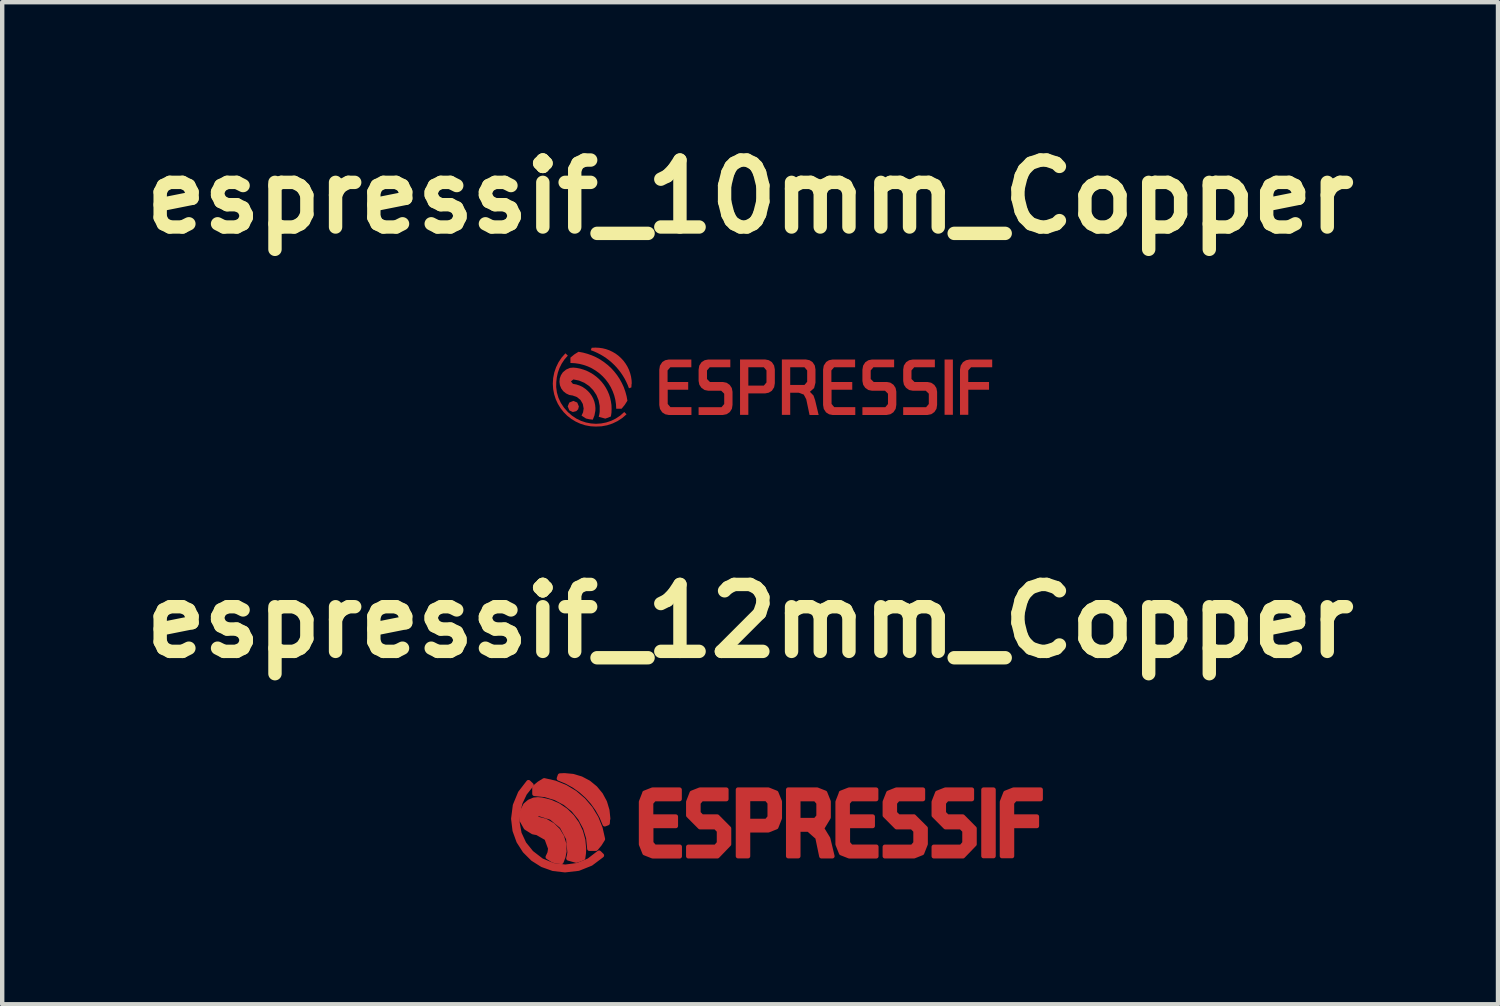
<source format=kicad_pcb>
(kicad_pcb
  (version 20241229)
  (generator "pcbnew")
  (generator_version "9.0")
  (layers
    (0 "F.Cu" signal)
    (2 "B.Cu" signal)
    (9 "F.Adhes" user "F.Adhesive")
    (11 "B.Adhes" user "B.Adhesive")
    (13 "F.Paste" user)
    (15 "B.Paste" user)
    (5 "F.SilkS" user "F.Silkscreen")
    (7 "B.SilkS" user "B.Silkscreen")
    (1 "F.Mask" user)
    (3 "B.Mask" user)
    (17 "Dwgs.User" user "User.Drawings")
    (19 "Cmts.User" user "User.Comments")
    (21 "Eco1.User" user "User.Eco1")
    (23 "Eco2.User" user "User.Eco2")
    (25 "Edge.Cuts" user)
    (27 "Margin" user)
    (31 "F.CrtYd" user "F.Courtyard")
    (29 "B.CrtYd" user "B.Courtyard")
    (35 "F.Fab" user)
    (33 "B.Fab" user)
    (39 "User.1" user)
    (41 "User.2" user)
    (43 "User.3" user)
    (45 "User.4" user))
  (footprint "espressif_12mm_Copper"
    (layer "F.Cu")
    (at 14.021 16.052)
    (property "Reference" "espressif_12mm_Copper" (at 0 -4.967 0) (layer "F.SilkS") (effects (font (size 1.524 1.524) (thickness 0.305))))
    (attr exclude_from_pos_files exclude_from_bom)
    (fp_poly (pts (xy -4.676 0.152) (xy -4.828 -0.000254) (xy -4.676 0.152)) (stroke (width 0.103) (type solid)) (fill yes) (layer "F.Cu"))
    (fp_poly (pts (xy 5.312 -1.13) (xy 5.539 -1.13) (xy 5.539 0.38) (xy 5.312 0.38) (xy 5.312 -1.13)) (stroke (width 0.103) (type solid)) (fill yes) (layer "F.Cu"))
    (fp_poly (pts (xy 6.037 -0.917) (xy 6.612 -0.917) (xy 6.612 -1.13) (xy 5.996 -1.13) (xy 5.813 -1.058) (xy 5.733 -0.853) (xy 5.733 0.38) (xy 5.96 0.38) (xy 5.96 -0.305) (xy 6.526 -0.305) (xy 6.526 -0.517) (xy 5.959 -0.517) (xy 5.959 -0.831) (xy 5.959 -0.831) (xy 6.033 -0.917) (xy 6.037 -0.917)) (stroke (width 0.103) (type solid)) (fill yes) (layer "F.Cu"))
    (fp_poly (pts (xy -2.401 -1.058) (xy -2.481 -0.853) (xy -2.481 0.113) (xy -2.401 0.313) (xy -2.218 0.385) (xy -1.602 0.385) (xy -1.602 0.169) (xy -2.177 0.169) (xy -2.251 0.083) (xy -2.251 -0.305) (xy -1.691 -0.305) (xy -1.691 -0.517) (xy -2.254 -0.517) (xy -2.254 -0.831) (xy -2.18 -0.917) (xy -1.605 -0.917) (xy -1.605 -1.13) (xy -2.221 -1.13) (xy -2.404 -1.058) (xy -2.401 -1.058)) (stroke (width 0.103) (type solid)) (fill yes) (layer "F.Cu"))
    (fp_poly (pts (xy 0.413 -1.131) (xy 0.375 -0.92) (xy 0.447 -0.833) (xy 0.447 -0.504) (xy 0.375 -0.417) (xy 0.375 -0.417) (xy -0.048 -0.417) (xy -0.048 -0.92) (xy 0.375 -0.92) (xy 0.375 -0.92) (xy 0.413 -1.131) (xy -0.275 -1.131) (xy -0.275 0.382) (xy -0.048 0.382) (xy -0.048 -0.206) (xy 0.413 -0.206) (xy 0.594 -0.278) (xy 0.675 -0.483) (xy 0.675 -0.859) (xy 0.594 -1.059) (xy 0.413 -1.131)) (stroke (width 0.103) (type solid)) (fill yes) (layer "F.Cu"))
    (fp_poly (pts (xy 2.073 -1.058) (xy 1.993 -0.853) (xy 1.993 0.113) (xy 2.073 0.313) (xy 2.256 0.385) (xy 2.872 0.385) (xy 2.872 0.169) (xy 2.297 0.169) (xy 2.224 0.083) (xy 2.224 0.083) (xy 2.224 -0.305) (xy 2.79 -0.305) (xy 2.79 -0.517) (xy 2.22 -0.517) (xy 2.22 -0.831) (xy 2.293 -0.917) (xy 2.868 -0.917) (xy 2.868 -1.13) (xy 2.252 -1.13) (xy 2.069 -1.058) (xy 2.073 -1.058)) (stroke (width 0.103) (type solid)) (fill yes) (layer "F.Cu"))
    (fp_poly (pts (xy -3.231 -0.468) (xy -3.251 -0.661) (xy -3.307 -0.847) (xy -3.399 -1.018) (xy -3.523 -1.168) (xy -3.673 -1.291) (xy -3.845 -1.382) (xy -4.031 -1.438) (xy -4.225 -1.456) (xy -4.327 -1.451) (xy -4.35 -1.385) (xy -4.174 -1.312) (xy -4.008 -1.22) (xy -3.853 -1.11) (xy -3.711 -0.983) (xy -3.584 -0.841) (xy -3.474 -0.686) (xy -3.381 -0.52) (xy -3.308 -0.344) (xy -3.243 -0.368) (xy -3.237 -0.471) (xy -3.231 -0.468)) (stroke (width 0.103) (type solid)) (fill yes) (layer "F.Cu"))
    (fp_poly (pts (xy -3.351 -0.006) (xy -3.407 -0.253) (xy -3.501 -0.487) (xy -3.632 -0.704) (xy -3.796 -0.896) (xy -3.988 -1.06) (xy -4.205 -1.191) (xy -4.439 -1.286) (xy -4.686 -1.342) (xy -4.802 -1.27) (xy -4.907 -1.182) (xy -4.907 -1.036) (xy -4.663 -1.011) (xy -4.429 -0.94) (xy -4.213 -0.825) (xy -4.023 -0.67) (xy -3.868 -0.48) (xy -3.752 -0.264) (xy -3.681 -0.03) (xy -3.657 0.213) (xy -3.51 0.213) (xy -3.423 0.109) (xy -3.351 -0.006)) (stroke (width 0.103) (type solid)) (fill yes) (layer "F.Cu"))
    (fp_poly (pts (xy -0.746 -0.517) (xy -1.098 -0.517) (xy -1.177 -0.598) (xy -1.177 -0.831) (xy -1.104 -0.917) (xy -0.541 -0.917) (xy -0.541 -1.13) (xy -1.143 -1.13) (xy -1.326 -1.058) (xy -1.406 -0.853) (xy -1.406 -0.544) (xy -1.141 -0.278) (xy -0.788 -0.278) (xy -0.707 -0.196) (xy -0.707 0.085) (xy -0.781 0.171) (xy -1.406 0.171) (xy -1.406 0.384) (xy -0.743 0.384) (xy -0.48 0.111) (xy -0.48 0.111) (xy -0.48 -0.249) (xy -0.746 -0.517)) (stroke (width 0.103) (type solid)) (fill yes) (layer "F.Cu"))
    (fp_poly (pts (xy 4.841 -0.517) (xy 4.489 -0.517) (xy 4.408 -0.598) (xy 4.408 -0.831) (xy 4.481 -0.917) (xy 5.047 -0.917) (xy 5.047 -1.13) (xy 4.444 -1.13) (xy 4.444 -1.13) (xy 4.261 -1.058) (xy 4.181 -0.853) (xy 4.181 -0.544) (xy 4.446 -0.278) (xy 4.799 -0.278) (xy 4.88 -0.196) (xy 4.88 0.085) (xy 4.806 0.171) (xy 4.181 0.171) (xy 4.181 0.384) (xy 4.844 0.384) (xy 5.107 0.111) (xy 5.107 0.111) (xy 5.107 -0.249) (xy 4.841 -0.517)) (stroke (width 0.103) (type solid)) (fill yes) (layer "F.Cu"))
    (fp_poly (pts (xy 1.636 -0.251) (xy 1.486 -0.437) (xy 1.096 -0.437) (xy 1.096 -0.917) (xy 1.486 -0.917) (xy 1.559 -0.831) (xy 1.559 -0.523) (xy 1.486 -0.437) (xy 1.636 -0.251) (xy 1.786 -0.498) (xy 1.786 -0.859) (xy 1.706 -1.059) (xy 1.523 -1.131) (xy 0.868 -1.131) (xy 0.868 0.382) (xy 1.096 0.382) (xy 1.096 -0.223) (xy 1.329 -0.223) (xy 1.329 -0.223) (xy 1.534 -0.044) (xy 1.623 0.384) (xy 1.872 0.384) (xy 1.775 -0.018) (xy 1.636 -0.246) (xy 1.636 -0.251)) (stroke (width 0.103) (type solid)) (fill yes) (layer "F.Cu"))
    (fp_poly (pts (xy 3.728 -0.517) (xy 3.376 -0.517) (xy 3.294 -0.598) (xy 3.294 -0.831) (xy 3.367 -0.917) (xy 3.933 -0.917) (xy 3.933 -1.13) (xy 3.329 -1.13) (xy 3.148 -1.058) (xy 3.067 -0.853) (xy 3.067 -0.544) (xy 3.332 -0.278) (xy 3.685 -0.278) (xy 3.766 -0.196) (xy 3.766 0.085) (xy 3.693 0.171) (xy 3.067 0.171) (xy 3.067 0.384) (xy 3.731 0.384) (xy 3.913 0.311) (xy 3.994 0.106) (xy 3.994 0.106) (xy 3.994 -0.254) (xy 3.994 -0.254) (xy 3.728 -0.519) (xy 3.728 -0.517)) (stroke (width 0.103) (type solid)) (fill yes) (layer "F.Cu"))
    (fp_poly (pts (xy -4.213 0.701) (xy -4.482 0.67) (xy -4.729 0.582) (xy -4.946 0.445) (xy -5.128 0.263) (xy -5.267 0.046) (xy -5.356 -0.2) (xy -5.388 -0.469) (xy -5.349 -0.774) (xy -5.232 -1.056) (xy -5.044 -1.3) (xy -4.977 -1.237) (xy -5.128 -1.047) (xy -5.229 -0.835) (xy -5.284 -0.61) (xy -5.295 -0.38) (xy -5.251 -0.134) (xy -5.143 0.098) (xy -4.977 0.304) (xy -4.746 0.482) (xy -4.484 0.589) (xy -4.208 0.625) (xy -3.931 0.589) (xy -3.669 0.482) (xy -3.437 0.304) (xy -3.374 0.366) (xy -3.621 0.552) (xy -3.906 0.666) (xy -4.213 0.701)) (stroke (width 0.103) (type solid)) (fill yes) (layer "F.Cu"))
    (fp_poly (pts (xy -4.227 0.281) (xy -4.233 0.109) (xy -4.282 -0.057) (xy -4.371 -0.205) (xy -4.495 -0.326) (xy -4.657 -0.42) (xy -4.839 -0.466) (xy -4.893 -0.531) (xy -4.826 -0.587) (xy -4.527 -0.494) (xy -4.285 -0.294) (xy -4.138 -0.018) (xy -4.107 0.295) (xy -4.117 0.365) (xy -4.134 0.433) (xy -3.955 0.484) (xy -3.877 0.457) (xy -3.801 0.425) (xy -3.787 0.32) (xy -3.782 0.214) (xy -3.8 0.015) (xy -3.853 -0.177) (xy -3.938 -0.358) (xy -4.055 -0.521) (xy -4.198 -0.66) (xy -4.363 -0.772) (xy -4.546 -0.853) (xy -4.74 -0.901) (xy -4.83 -0.909) (xy -4.92 -0.901) (xy -5.026 -0.855) (xy -5.114 -0.781) (xy -5.198 -0.614) (xy -5.193 -0.427) (xy -5.101 -0.264) (xy -4.942 -0.165) (xy -4.894 -0.155) (xy -4.846 -0.147) (xy -4.631 -0.024) (xy -4.546 0.208) (xy -4.561 0.309) (xy -4.604 0.402) (xy -4.48 0.481) (xy -4.389 0.502) (xy -4.295 0.512) (xy -4.251 0.397) (xy -4.228 0.276) (xy -4.227 0.281)) (stroke (width 0.103) (type solid)) (fill yes) (layer "F.Cu")))
  (footprint "espressif_10mm_Copper"
    (layer "F.Cu")
    (at 14.021 6.074)
    (property "Reference" "espressif_10mm_Copper" (at 0 -4.647 0) (layer "F.SilkS") (effects (font (size 1.524 1.524) (thickness 0.305))))
    (attr exclude_from_pos_files exclude_from_bom)
    (fp_poly (pts (xy 4.426 -0.942) (xy 4.615 -0.942) (xy 4.615 0.316) (xy 4.426 0.316) (xy 4.426 -0.942)) (stroke (width 0) (type solid)) (fill yes) (layer "F.Cu"))
    (fp_poly (pts (xy -3.897 0.126) (xy -3.913 0.19) (xy -3.955 0.233) (xy -4.034 0.253) (xy -4.113 0.216) (xy -4.151 0.125) (xy -4.115 0.038) (xy -4.024 -0.000212) (xy -3.934 0.037) (xy -3.897 0.126)) (stroke (width 0) (type solid)) (fill yes) (layer "F.Cu"))
    (fp_poly (pts (xy 5.031 -0.765) (xy 5.51 -0.765) (xy 5.51 -0.942) (xy 4.996 -0.942) (xy 4.915 -0.926) (xy 4.844 -0.882) (xy 4.793 -0.803) (xy 4.777 -0.711) (xy 4.777 0.316) (xy 4.966 0.316) (xy 4.966 -0.254) (xy 5.438 -0.254) (xy 5.438 -0.431) (xy 4.965 -0.431) (xy 4.965 -0.693) (xy 5.027 -0.765) (xy 5.031 -0.765)) (stroke (width 0) (type solid)) (fill yes) (layer "F.Cu"))
    (fp_poly (pts (xy 0.344 -0.943) (xy 0.312 -0.766) (xy 0.373 -0.694) (xy 0.373 -0.42) (xy 0.312 -0.348) (xy -0.04 -0.348) (xy -0.04 -0.766) (xy 0.312 -0.766) (xy 0.344 -0.943) (xy -0.229 -0.943) (xy -0.229 0.318) (xy -0.04 0.318) (xy -0.04 -0.171) (xy 0.344 -0.171) (xy 0.425 -0.187) (xy 0.495 -0.231) (xy 0.547 -0.31) (xy 0.563 -0.402) (xy 0.563 -0.716) (xy 0.546 -0.806) (xy 0.495 -0.883) (xy 0.425 -0.927) (xy 0.344 -0.943)) (stroke (width 0) (type solid)) (fill yes) (layer "F.Cu"))
    (fp_poly (pts (xy -2 -0.882) (xy -2.052 -0.803) (xy -2.067 -0.711) (xy -2.067 0.094) (xy -2.051 0.184) (xy -2 0.261) (xy -1.93 0.305) (xy -1.848 0.321) (xy -1.335 0.321) (xy -1.335 0.141) (xy -1.814 0.141) (xy -1.875 0.069) (xy -1.875 -0.254) (xy -1.409 -0.254) (xy -1.409 -0.431) (xy -1.878 -0.431) (xy -1.878 -0.693) (xy -1.816 -0.765) (xy -1.337 -0.765) (xy -1.337 -0.942) (xy -1.851 -0.942) (xy -1.932 -0.926) (xy -2.003 -0.882) (xy -2 -0.882)) (stroke (width 0) (type solid)) (fill yes) (layer "F.Cu"))
    (fp_poly (pts (xy 1.728 -0.882) (xy 1.676 -0.803) (xy 1.661 -0.711) (xy 1.661 0.094) (xy 1.677 0.184) (xy 1.728 0.261) (xy 1.798 0.305) (xy 1.88 0.321) (xy 2.394 0.321) (xy 2.394 0.141) (xy 1.914 0.141) (xy 1.854 0.069) (xy 1.854 -0.254) (xy 2.325 -0.254) (xy 2.325 -0.431) (xy 1.85 -0.431) (xy 1.85 -0.693) (xy 1.911 -0.765) (xy 2.39 -0.765) (xy 2.39 -0.942) (xy 1.877 -0.942) (xy 1.795 -0.926) (xy 1.724 -0.882) (xy 1.728 -0.882)) (stroke (width 0) (type solid)) (fill yes) (layer "F.Cu"))
    (fp_poly (pts (xy 1.363 -0.209) (xy 1.238 -0.364) (xy 0.913 -0.364) (xy 0.913 -0.765) (xy 1.238 -0.765) (xy 1.299 -0.693) (xy 1.299 -0.436) (xy 1.238 -0.364) (xy 1.363 -0.209) (xy 1.457 -0.293) (xy 1.488 -0.415) (xy 1.488 -0.716) (xy 1.472 -0.806) (xy 1.421 -0.883) (xy 1.351 -0.927) (xy 1.269 -0.943) (xy 0.723 -0.943) (xy 0.723 0.318) (xy 0.913 0.318) (xy 0.913 -0.186) (xy 1.107 -0.186) (xy 1.221 -0.144) (xy 1.278 -0.037) (xy 1.353 0.32) (xy 1.56 0.32) (xy 1.48 -0.015) (xy 1.443 -0.123) (xy 1.363 -0.205) (xy 1.363 -0.209)) (stroke (width 0) (type solid)) (fill yes) (layer "F.Cu"))
    (fp_poly (pts (xy -0.622 -0.431) (xy -0.915 -0.431) (xy -0.981 -0.498) (xy -0.981 -0.693) (xy -0.92 -0.765) (xy -0.45 -0.765) (xy -0.45 -0.942) (xy -0.953 -0.942) (xy -1.035 -0.926) (xy -1.105 -0.882) (xy -1.157 -0.803) (xy -1.172 -0.711) (xy -1.172 -0.453) (xy -1.155 -0.368) (xy -1.107 -0.297) (xy -1.036 -0.248) (xy -0.951 -0.231) (xy -0.657 -0.231) (xy -0.589 -0.164) (xy -0.589 0.071) (xy -0.651 0.143) (xy -1.172 0.143) (xy -1.172 0.32) (xy -0.619 0.32) (xy -0.533 0.303) (xy -0.461 0.253) (xy -0.414 0.179) (xy -0.4 0.092) (xy -0.4 -0.207) (xy -0.416 -0.293) (xy -0.464 -0.365) (xy -0.536 -0.414) (xy -0.622 -0.431)) (stroke (width 0) (type solid)) (fill yes) (layer "F.Cu"))
    (fp_poly (pts (xy 4.034 -0.431) (xy 3.741 -0.431) (xy 3.673 -0.498) (xy 3.673 -0.693) (xy 3.734 -0.765) (xy 4.205 -0.765) (xy 4.205 -0.942) (xy 3.703 -0.942) (xy 3.621 -0.926) (xy 3.551 -0.882) (xy 3.499 -0.803) (xy 3.484 -0.711) (xy 3.484 -0.453) (xy 3.501 -0.368) (xy 3.549 -0.297) (xy 3.62 -0.248) (xy 3.705 -0.231) (xy 3.999 -0.231) (xy 4.067 -0.164) (xy 4.067 0.071) (xy 4.005 0.143) (xy 3.484 0.143) (xy 3.484 0.32) (xy 4.037 0.32) (xy 4.123 0.303) (xy 4.195 0.253) (xy 4.242 0.179) (xy 4.256 0.092) (xy 4.256 -0.207) (xy 4.24 -0.293) (xy 4.192 -0.365) (xy 4.12 -0.414) (xy 4.034 -0.431)) (stroke (width 0) (type solid)) (fill yes) (layer "F.Cu"))
    (fp_poly (pts (xy 3.107 -0.431) (xy 2.813 -0.431) (xy 2.745 -0.498) (xy 2.745 -0.693) (xy 2.806 -0.765) (xy 3.278 -0.765) (xy 3.278 -0.942) (xy 2.774 -0.942) (xy 2.693 -0.926) (xy 2.623 -0.882) (xy 2.572 -0.803) (xy 2.556 -0.711) (xy 2.556 -0.453) (xy 2.573 -0.368) (xy 2.621 -0.296) (xy 2.692 -0.248) (xy 2.777 -0.231) (xy 3.071 -0.231) (xy 3.138 -0.164) (xy 3.138 0.071) (xy 3.077 0.143) (xy 3.077 0.143) (xy 2.556 0.143) (xy 2.556 0.32) (xy 3.109 0.32) (xy 3.191 0.304) (xy 3.261 0.259) (xy 3.313 0.181) (xy 3.328 0.088) (xy 3.328 -0.212) (xy 3.311 -0.296) (xy 3.263 -0.368) (xy 3.191 -0.416) (xy 3.107 -0.432) (xy 3.107 -0.431)) (stroke (width 0) (type solid)) (fill yes) (layer "F.Cu"))
    (fp_poly (pts (xy -2.693 -0.39) (xy -2.697 -0.471) (xy -2.709 -0.551) (xy -2.729 -0.629) (xy -2.756 -0.706) (xy -2.791 -0.779) (xy -2.833 -0.848) (xy -2.881 -0.913) (xy -2.936 -0.973) (xy -2.996 -1.028) (xy -3.061 -1.076) (xy -3.131 -1.117) (xy -3.204 -1.152) (xy -3.281 -1.179) (xy -3.359 -1.198) (xy -3.439 -1.209) (xy -3.52 -1.213) (xy -3.606 -1.209) (xy -3.625 -1.154) (xy -3.551 -1.126) (xy -3.478 -1.093) (xy -3.408 -1.057) (xy -3.34 -1.017) (xy -3.274 -0.973) (xy -3.21 -0.925) (xy -3.15 -0.874) (xy -3.092 -0.819) (xy -3.038 -0.762) (xy -2.987 -0.701) (xy -2.939 -0.638) (xy -2.895 -0.572) (xy -2.854 -0.504) (xy -2.818 -0.433) (xy -2.785 -0.361) (xy -2.757 -0.287) (xy -2.702 -0.307) (xy -2.697 -0.392) (xy -2.693 -0.39)) (stroke (width 0) (type solid)) (fill yes) (layer "F.Cu"))
    (fp_poly (pts (xy -2.792 -0.005) (xy -2.811 -0.109) (xy -2.839 -0.211) (xy -2.874 -0.31) (xy -2.918 -0.406) (xy -2.969 -0.498) (xy -3.027 -0.586) (xy -3.092 -0.669) (xy -3.163 -0.747) (xy -3.241 -0.818) (xy -3.324 -0.883) (xy -3.412 -0.942) (xy -3.504 -0.993) (xy -3.6 -1.036) (xy -3.699 -1.071) (xy -3.801 -1.099) (xy -3.905 -1.118) (xy -4.001 -1.058) (xy -4.089 -0.985) (xy -4.089 -0.863) (xy -3.987 -0.858) (xy -3.886 -0.843) (xy -3.787 -0.818) (xy -3.691 -0.784) (xy -3.598 -0.74) (xy -3.511 -0.687) (xy -3.429 -0.627) (xy -3.353 -0.558) (xy -3.284 -0.482) (xy -3.223 -0.4) (xy -3.171 -0.313) (xy -3.127 -0.22) (xy -3.092 -0.124) (xy -3.067 -0.025) (xy -3.052 0.076) (xy -3.047 0.178) (xy -2.925 0.178) (xy -2.853 0.091) (xy -2.792 -0.005)) (stroke (width 0) (type solid)) (fill yes) (layer "F.Cu"))
    (fp_poly (pts (xy -3.511 0.584) (xy -3.634 0.577) (xy -3.751 0.555) (xy -3.864 0.519) (xy -3.97 0.47) (xy -4.069 0.41) (xy -4.16 0.339) (xy -4.242 0.257) (xy -4.313 0.167) (xy -4.374 0.068) (xy -4.423 -0.038) (xy -4.459 -0.15) (xy -4.482 -0.268) (xy -4.49 -0.391) (xy -4.482 -0.519) (xy -4.457 -0.645) (xy -4.416 -0.765) (xy -4.36 -0.88) (xy -4.289 -0.986) (xy -4.203 -1.083) (xy -4.148 -1.031) (xy -4.225 -0.943) (xy -4.288 -0.848) (xy -4.338 -0.748) (xy -4.375 -0.643) (xy -4.399 -0.535) (xy -4.411 -0.426) (xy -4.413 -0.317) (xy -4.397 -0.193) (xy -4.362 -0.072) (xy -4.308 0.044) (xy -4.236 0.153) (xy -4.148 0.253) (xy -4.055 0.335) (xy -3.955 0.402) (xy -3.848 0.454) (xy -3.737 0.491) (xy -3.622 0.513) (xy -3.507 0.521) (xy -3.39 0.513) (xy -3.276 0.491) (xy -3.164 0.454) (xy -3.058 0.402) (xy -2.957 0.335) (xy -2.864 0.253) (xy -2.812 0.305) (xy -2.91 0.39) (xy -3.018 0.46) (xy -3.133 0.515) (xy -3.255 0.555) (xy -3.382 0.578) (xy -3.511 0.584)) (stroke (width 0) (type solid)) (fill yes) (layer "F.Cu"))
    (fp_poly (pts (xy -3.522 0.234) (xy -3.52 0.162) (xy -3.527 0.09) (xy -3.543 0.02) (xy -3.568 -0.048) (xy -3.602 -0.112) (xy -3.643 -0.171) (xy -3.691 -0.224) (xy -3.746 -0.272) (xy -3.81 -0.316) (xy -3.881 -0.35) (xy -3.955 -0.374) (xy -4.032 -0.388) (xy -4.078 -0.443) (xy -4.022 -0.489) (xy -3.893 -0.463) (xy -3.772 -0.412) (xy -3.663 -0.339) (xy -3.571 -0.245) (xy -3.498 -0.136) (xy -3.448 -0.015) (xy -3.423 0.114) (xy -3.423 0.245) (xy -3.431 0.304) (xy -3.445 0.361) (xy -3.296 0.403) (xy -3.231 0.381) (xy -3.168 0.354) (xy -3.155 0.267) (xy -3.152 0.179) (xy -3.155 0.095) (xy -3.167 0.013) (xy -3.185 -0.069) (xy -3.21 -0.148) (xy -3.243 -0.225) (xy -3.282 -0.298) (xy -3.327 -0.368) (xy -3.379 -0.434) (xy -3.436 -0.495) (xy -3.498 -0.55) (xy -3.565 -0.6) (xy -3.636 -0.643) (xy -3.711 -0.681) (xy -3.788 -0.711) (xy -3.868 -0.735) (xy -3.95 -0.751) (xy -4.025 -0.758) (xy -4.1 -0.751) (xy -4.188 -0.713) (xy -4.262 -0.651) (xy -4.305 -0.585) (xy -4.332 -0.511) (xy -4.339 -0.433) (xy -4.328 -0.356) (xy -4.298 -0.283) (xy -4.251 -0.22) (xy -4.19 -0.171) (xy -4.119 -0.137) (xy -4.079 -0.129) (xy -4.038 -0.123) (xy -3.94 -0.087) (xy -3.859 -0.02) (xy -3.807 0.07) (xy -3.788 0.174) (xy -3.801 0.258) (xy -3.836 0.335) (xy -3.734 0.401) (xy -3.657 0.418) (xy -3.58 0.427) (xy -3.542 0.331) (xy -3.523 0.23) (xy -3.522 0.234)) (stroke (width 0) (type solid)) (fill yes) (layer "F.Cu")))
  (gr_rect
    (start -3 -3)
    (end 31.042 19.805)
    (stroke (width 0.1) (type default))
    (fill no)
    (layer "Edge.Cuts")))
</source>
